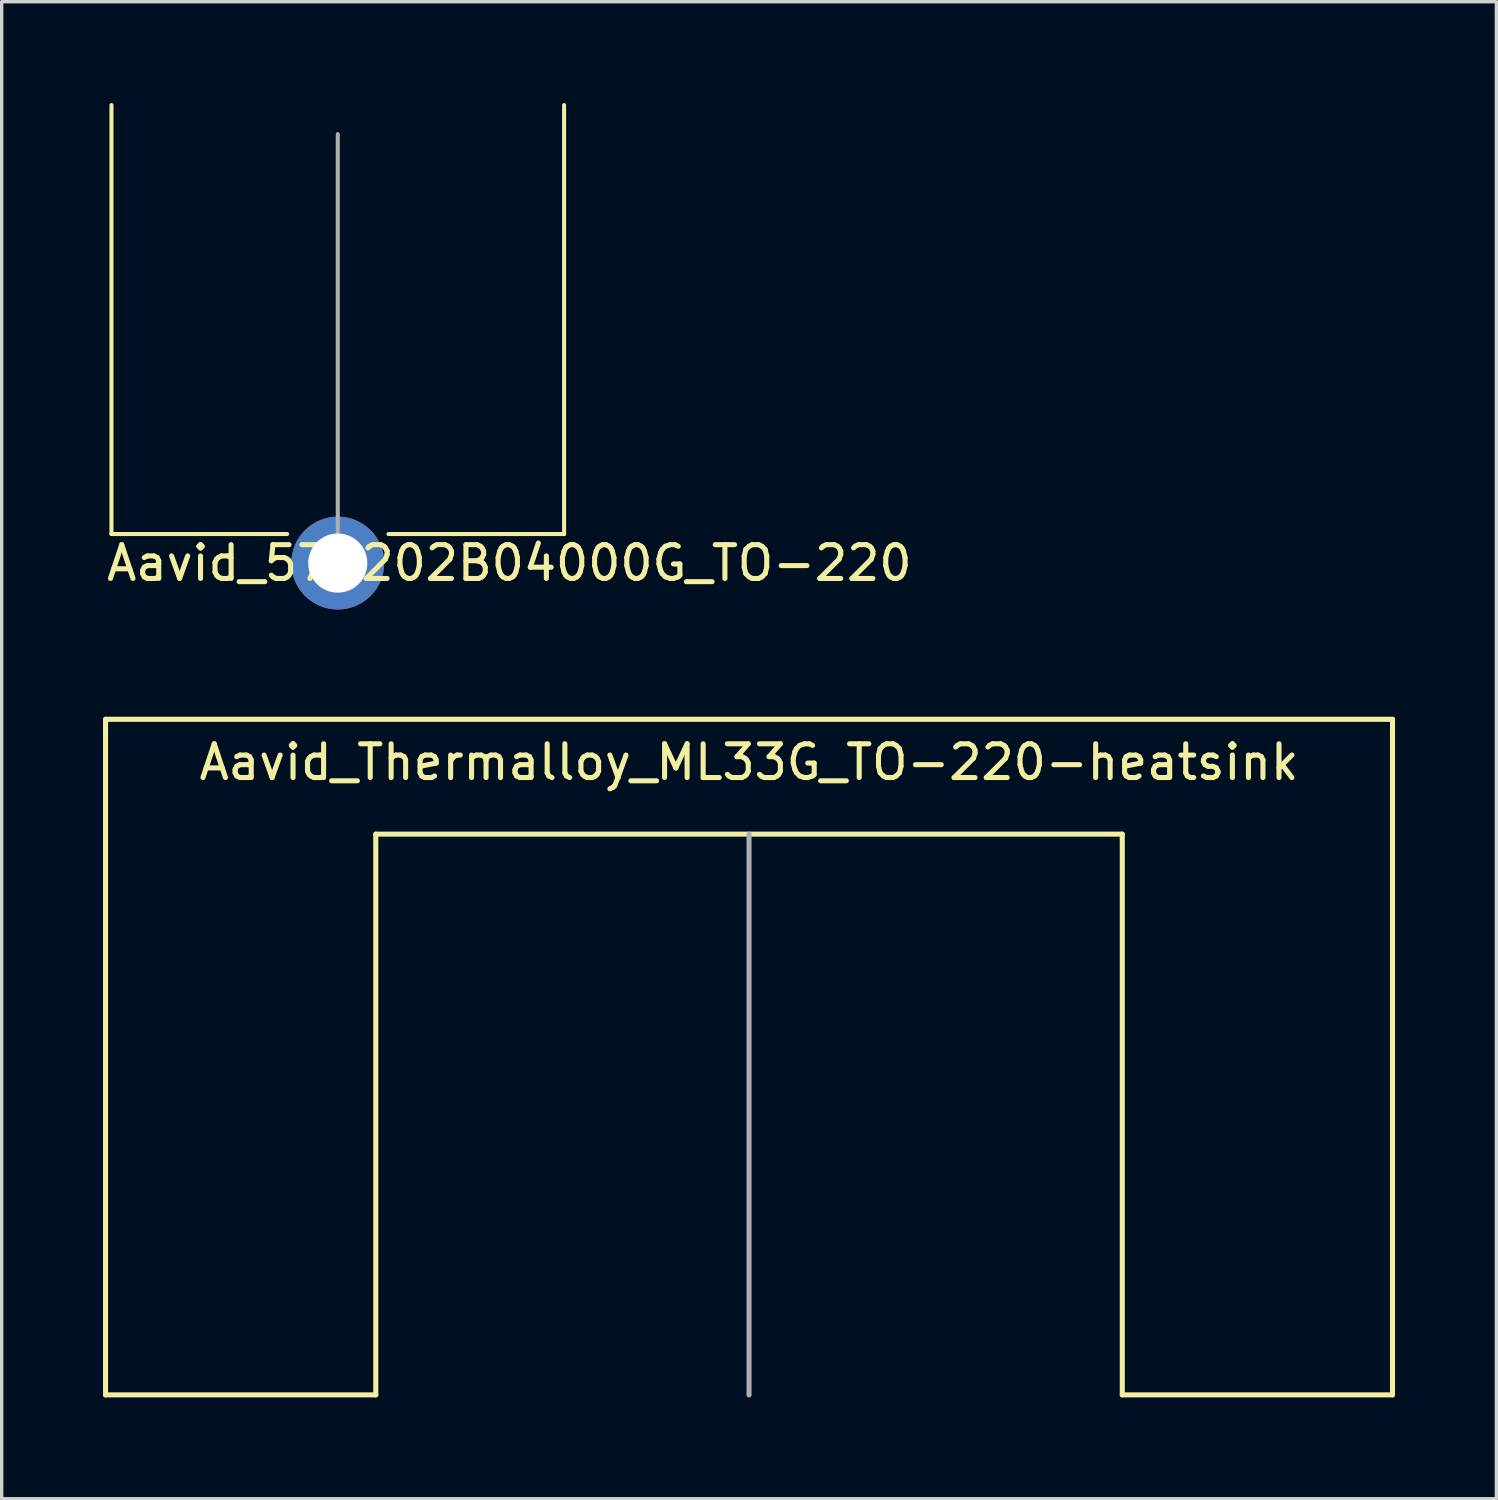
<source format=kicad_pcb>
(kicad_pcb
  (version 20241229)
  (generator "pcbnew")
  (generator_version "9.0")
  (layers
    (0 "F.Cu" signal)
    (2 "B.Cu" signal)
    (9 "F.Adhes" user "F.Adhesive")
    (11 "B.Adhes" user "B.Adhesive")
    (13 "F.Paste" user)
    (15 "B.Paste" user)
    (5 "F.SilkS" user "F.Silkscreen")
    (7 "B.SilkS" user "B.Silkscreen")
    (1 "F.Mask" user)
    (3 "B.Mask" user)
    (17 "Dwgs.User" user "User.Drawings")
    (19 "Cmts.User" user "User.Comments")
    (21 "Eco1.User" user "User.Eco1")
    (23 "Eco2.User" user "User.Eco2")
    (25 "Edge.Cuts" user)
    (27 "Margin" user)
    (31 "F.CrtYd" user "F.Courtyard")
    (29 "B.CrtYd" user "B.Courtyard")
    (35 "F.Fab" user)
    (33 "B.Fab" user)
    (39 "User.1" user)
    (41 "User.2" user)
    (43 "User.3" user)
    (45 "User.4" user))
  (footprint "Aavid_577202B04000G_TO-220"
    (layer "F.Cu")
    (at 6.95 13.62)
    (property "Reference" "Aavid_577202B04000G_TO-220" (at 5.08 0 0) (layer "F.SilkS") (effects (font (size 1 1) (thickness 0.15))))
    (attr through_hole)
    (fp_line (start -6.7 -0.86) (end -6.7 -13.56) (stroke (width 0.12) (type solid)) (layer "F.SilkS"))
    (fp_line (start -1.5 -0.86) (end -6.7 -0.86) (stroke (width 0.12) (type solid)) (layer "F.SilkS"))
    (fp_line (start 1.5 -0.86) (end 6.7 -0.86) (stroke (width 0.12) (type solid)) (layer "F.SilkS"))
    (fp_line (start 6.7 -0.86) (end 6.7 -13.56) (stroke (width 0.12) (type solid)) (layer "F.SilkS"))
    (fp_line (start 0 -12.7) (end 0 0) (stroke (width 0.12) (type solid)) (layer "F.Fab"))
    (pad "" thru_hole circle (at 0 0) (size 2.75 2.75) (drill 1.75) (layers "*.Cu" "*.Mask")))
  (footprint "Aavid_Thermalloy_ML33G_TO-220-heatsink"
    (layer "F.Cu")
    (at 19.125 18.245)
    (property "Reference" "Aavid_Thermalloy_ML33G_TO-220-heatsink" (at 0 1.27 0) (layer "F.SilkS") (effects (font (size 1 1) (thickness 0.15))))
    (attr through_hole)
    (fp_line (start -19.05 0) (end -19.05 20) (stroke (width 0.15) (type solid)) (layer "F.SilkS"))
    (fp_line (start -19.05 0) (end 19.05 0) (stroke (width 0.15) (type solid)) (layer "F.SilkS"))
    (fp_line (start -11.05 3.4) (end 11.05 3.4) (stroke (width 0.15) (type solid)) (layer "F.SilkS"))
    (fp_line (start -11.05 20) (end -19.05 20) (stroke (width 0.15) (type solid)) (layer "F.SilkS"))
    (fp_line (start -11.05 20) (end -11.05 3.4) (stroke (width 0.15) (type solid)) (layer "F.SilkS"))
    (fp_line (start 11.05 20) (end 11.05 3.4) (stroke (width 0.15) (type solid)) (layer "F.SilkS"))
    (fp_line (start 19.05 0) (end 19.05 20) (stroke (width 0.15) (type solid)) (layer "F.SilkS"))
    (fp_line (start 19.05 20) (end 11.05 20) (stroke (width 0.15) (type solid)) (layer "F.SilkS"))
    (fp_line (start 0 3.4) (end 0 20) (stroke (width 0.15) (type solid)) (layer "F.Fab")))
  (gr_rect
    (start -3 -3)
    (end 41.25 41.32)
    (stroke (width 0.1) (type default))
    (fill no)
    (layer "Edge.Cuts")))
</source>
